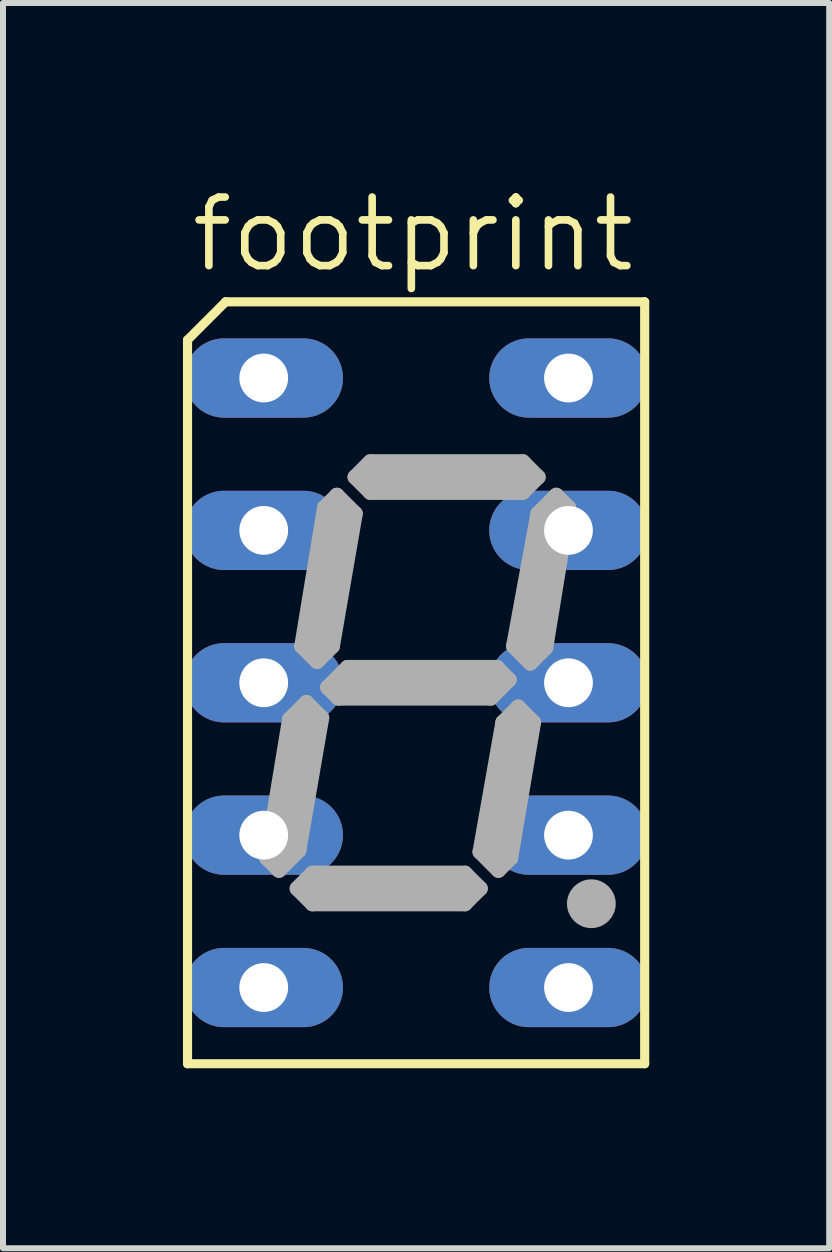
<source format=kicad_pcb>
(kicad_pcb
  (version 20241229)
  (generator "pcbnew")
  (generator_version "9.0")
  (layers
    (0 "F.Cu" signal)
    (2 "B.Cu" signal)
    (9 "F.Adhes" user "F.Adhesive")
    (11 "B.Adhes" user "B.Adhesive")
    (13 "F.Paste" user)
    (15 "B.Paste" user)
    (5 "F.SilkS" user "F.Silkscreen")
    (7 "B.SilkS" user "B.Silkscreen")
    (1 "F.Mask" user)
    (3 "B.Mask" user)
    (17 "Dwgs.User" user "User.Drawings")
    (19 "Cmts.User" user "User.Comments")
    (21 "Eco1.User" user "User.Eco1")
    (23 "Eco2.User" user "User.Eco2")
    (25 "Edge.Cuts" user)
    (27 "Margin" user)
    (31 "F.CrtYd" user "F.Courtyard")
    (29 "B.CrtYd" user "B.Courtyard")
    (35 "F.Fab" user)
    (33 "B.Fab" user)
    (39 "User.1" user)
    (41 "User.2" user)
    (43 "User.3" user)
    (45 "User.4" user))
  (footprint "footprint"
    (layer "F.Cu")
    (at 3.886 8.331)
    (property "Reference" "footprint" (at -3.81 -6.807 0) (layer "F.SilkS") (effects (font (size 1.143 1.143) (thickness 0.127)) (justify left bottom)))
    (fp_line (start -3.81 -5.715) (end -3.81 6.35) (stroke (width 0.152) (type solid)) (layer "F.SilkS"))
    (fp_line (start -3.81 -5.715) (end -3.175 -6.35) (stroke (width 0.152) (type solid)) (layer "F.SilkS"))
    (fp_line (start -3.175 -6.35) (end 3.81 -6.35) (stroke (width 0.152) (type solid)) (layer "F.SilkS"))
    (fp_line (start 3.81 -6.35) (end 3.81 6.35) (stroke (width 0.152) (type solid)) (layer "F.SilkS"))
    (fp_line (start 3.81 6.35) (end -3.81 6.35) (stroke (width 0.152) (type solid)) (layer "F.SilkS"))
    (fp_line (start -2.489 2.921) (end -2.286 3.124) (stroke (width 0.254) (type solid)) (layer "F.Fab"))
    (fp_line (start -2.286 2.921) (end -1.905 0.635) (stroke (width 0.406) (type solid)) (layer "F.Fab"))
    (fp_line (start -2.286 3.124) (end -1.956 2.794) (stroke (width 0.254) (type solid)) (layer "F.Fab"))
    (fp_line (start -2.108 0.61) (end -2.489 2.921) (stroke (width 0.254) (type solid)) (layer "F.Fab"))
    (fp_line (start -1.981 3.429) (end -1.727 3.175) (stroke (width 0.254) (type solid)) (layer "F.Fab"))
    (fp_line (start -1.956 2.794) (end -1.575 0.584) (stroke (width 0.254) (type solid)) (layer "F.Fab"))
    (fp_line (start -1.905 -0.61) (end -1.524 -2.921) (stroke (width 0.254) (type solid)) (layer "F.Fab"))
    (fp_line (start -1.829 0.33) (end -2.108 0.61) (stroke (width 0.254) (type solid)) (layer "F.Fab"))
    (fp_line (start -1.829 0.33) (end -1.575 0.584) (stroke (width 0.254) (type solid)) (layer "F.Fab"))
    (fp_line (start -1.727 3.175) (end 0.813 3.175) (stroke (width 0.254) (type solid)) (layer "F.Fab"))
    (fp_line (start -1.727 3.683) (end -1.981 3.429) (stroke (width 0.254) (type solid)) (layer "F.Fab"))
    (fp_line (start -1.651 -0.356) (end -1.905 -0.61) (stroke (width 0.254) (type solid)) (layer "F.Fab"))
    (fp_line (start -1.524 -2.921) (end -1.321 -3.124) (stroke (width 0.254) (type solid)) (layer "F.Fab"))
    (fp_line (start -1.473 0.076) (end -1.143 -0.254) (stroke (width 0.254) (type solid)) (layer "F.Fab"))
    (fp_line (start -1.397 -0.61) (end -1.651 -0.356) (stroke (width 0.254) (type solid)) (layer "F.Fab"))
    (fp_line (start -1.321 -3.124) (end -1.016 -2.819) (stroke (width 0.254) (type solid)) (layer "F.Fab"))
    (fp_line (start -1.295 0.254) (end -1.473 0.076) (stroke (width 0.254) (type solid)) (layer "F.Fab"))
    (fp_line (start -1.27 -2.794) (end -1.651 -0.635) (stroke (width 0.406) (type solid)) (layer "F.Fab"))
    (fp_line (start -1.27 0) (end 1.27 0) (stroke (width 0.406) (type solid)) (layer "F.Fab"))
    (fp_line (start -1.143 -0.254) (end 1.346 -0.254) (stroke (width 0.254) (type solid)) (layer "F.Fab"))
    (fp_line (start -1.016 -3.429) (end -0.762 -3.683) (stroke (width 0.254) (type solid)) (layer "F.Fab"))
    (fp_line (start -1.016 -2.819) (end -1.397 -0.61) (stroke (width 0.254) (type solid)) (layer "F.Fab"))
    (fp_line (start -0.762 -3.683) (end 1.778 -3.683) (stroke (width 0.254) (type solid)) (layer "F.Fab"))
    (fp_line (start -0.762 -3.175) (end -1.016 -3.429) (stroke (width 0.254) (type solid)) (layer "F.Fab"))
    (fp_line (start 0.762 3.429) (end -1.651 3.429) (stroke (width 0.406) (type solid)) (layer "F.Fab"))
    (fp_line (start 0.813 3.175) (end 1.067 3.429) (stroke (width 0.254) (type solid)) (layer "F.Fab"))
    (fp_line (start 0.813 3.683) (end -1.727 3.683) (stroke (width 0.254) (type solid)) (layer "F.Fab"))
    (fp_line (start 1.067 2.819) (end 1.372 3.124) (stroke (width 0.254) (type solid)) (layer "F.Fab"))
    (fp_line (start 1.067 3.429) (end 0.813 3.683) (stroke (width 0.254) (type solid)) (layer "F.Fab"))
    (fp_line (start 1.245 0.254) (end -1.295 0.254) (stroke (width 0.254) (type solid)) (layer "F.Fab"))
    (fp_line (start 1.346 -0.254) (end 1.549 -0.051) (stroke (width 0.254) (type solid)) (layer "F.Fab"))
    (fp_line (start 1.372 3.124) (end 1.575 2.921) (stroke (width 0.254) (type solid)) (layer "F.Fab"))
    (fp_line (start 1.448 0.66) (end 1.067 2.819) (stroke (width 0.254) (type solid)) (layer "F.Fab"))
    (fp_line (start 1.549 -0.051) (end 1.245 0.254) (stroke (width 0.254) (type solid)) (layer "F.Fab"))
    (fp_line (start 1.575 2.921) (end 1.956 0.66) (stroke (width 0.254) (type solid)) (layer "F.Fab"))
    (fp_line (start 1.626 -0.61) (end 1.905 -0.33) (stroke (width 0.254) (type solid)) (layer "F.Fab"))
    (fp_line (start 1.651 0.762) (end 1.27 2.794) (stroke (width 0.406) (type solid)) (layer "F.Fab"))
    (fp_line (start 1.702 0.406) (end 1.448 0.66) (stroke (width 0.254) (type solid)) (layer "F.Fab"))
    (fp_line (start 1.778 -3.683) (end 2.032 -3.429) (stroke (width 0.254) (type solid)) (layer "F.Fab"))
    (fp_line (start 1.778 -3.429) (end -0.762 -3.429) (stroke (width 0.406) (type solid)) (layer "F.Fab"))
    (fp_line (start 1.778 -3.175) (end -0.762 -3.175) (stroke (width 0.254) (type solid)) (layer "F.Fab"))
    (fp_line (start 1.905 -0.33) (end 2.159 -0.584) (stroke (width 0.254) (type solid)) (layer "F.Fab"))
    (fp_line (start 1.956 0.66) (end 1.702 0.406) (stroke (width 0.254) (type solid)) (layer "F.Fab"))
    (fp_line (start 2.032 -3.429) (end 1.778 -3.175) (stroke (width 0.254) (type solid)) (layer "F.Fab"))
    (fp_line (start 2.032 -2.819) (end 1.626 -0.61) (stroke (width 0.254) (type solid)) (layer "F.Fab"))
    (fp_line (start 2.159 -0.584) (end 2.54 -2.921) (stroke (width 0.254) (type solid)) (layer "F.Fab"))
    (fp_line (start 2.286 -2.794) (end 1.905 -0.635) (stroke (width 0.406) (type solid)) (layer "F.Fab"))
    (fp_line (start 2.337 -3.124) (end 2.032 -2.819) (stroke (width 0.254) (type solid)) (layer "F.Fab"))
    (fp_line (start 2.54 -2.921) (end 2.337 -3.124) (stroke (width 0.254) (type solid)) (layer "F.Fab"))
    (fp_line (start 2.794 3.683) (end 3.048 3.683) (stroke (width 0.305) (type solid)) (layer "F.Fab"))
    (fp_circle (center 2.921 3.683) (end 3.175 3.683) (stroke (width 0.305) (type solid)) (fill no) (layer "F.Fab"))
    (pad "1" thru_hole oval (at -2.54 -5.08) (size 2.642 1.321) (drill 0.813) (layers "*.Cu" "*.Mask"))
    (pad "2" thru_hole oval (at -2.54 -2.54) (size 2.642 1.321) (drill 0.813) (layers "*.Cu" "*.Mask"))
    (pad "3" thru_hole oval (at -2.54 0) (size 2.642 1.321) (drill 0.813) (layers "*.Cu" "*.Mask"))
    (pad "4" thru_hole oval (at -2.54 2.54) (size 2.642 1.321) (drill 0.813) (layers "*.Cu" "*.Mask"))
    (pad "5" thru_hole oval (at -2.54 5.08) (size 2.642 1.321) (drill 0.813) (layers "*.Cu" "*.Mask"))
    (pad "6" thru_hole oval (at 2.54 5.08) (size 2.642 1.321) (drill 0.813) (layers "*.Cu" "*.Mask"))
    (pad "7" thru_hole oval (at 2.54 2.54) (size 2.642 1.321) (drill 0.813) (layers "*.Cu" "*.Mask"))
    (pad "8" thru_hole oval (at 2.54 0) (size 2.642 1.321) (drill 0.813) (layers "*.Cu" "*.Mask"))
    (pad "9" thru_hole oval (at 2.54 -2.54) (size 2.642 1.321) (drill 0.813) (layers "*.Cu" "*.Mask"))
    (pad "10" thru_hole oval (at 2.54 -5.08) (size 2.642 1.321) (drill 0.813) (layers "*.Cu" "*.Mask")))
  (gr_rect
    (start -3 -3)
    (end 10.772 17.757)
    (stroke (width 0.1) (type default))
    (fill no)
    (layer "Edge.Cuts")))
</source>
